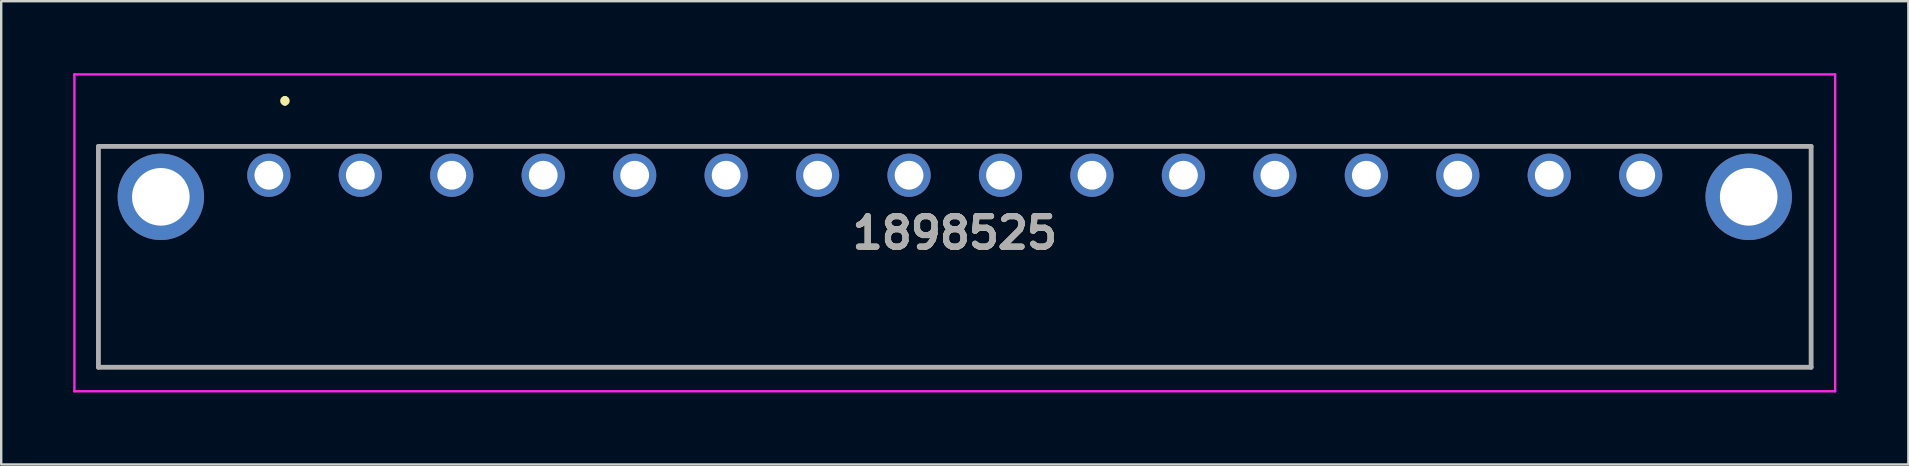
<source format=kicad_pcb>
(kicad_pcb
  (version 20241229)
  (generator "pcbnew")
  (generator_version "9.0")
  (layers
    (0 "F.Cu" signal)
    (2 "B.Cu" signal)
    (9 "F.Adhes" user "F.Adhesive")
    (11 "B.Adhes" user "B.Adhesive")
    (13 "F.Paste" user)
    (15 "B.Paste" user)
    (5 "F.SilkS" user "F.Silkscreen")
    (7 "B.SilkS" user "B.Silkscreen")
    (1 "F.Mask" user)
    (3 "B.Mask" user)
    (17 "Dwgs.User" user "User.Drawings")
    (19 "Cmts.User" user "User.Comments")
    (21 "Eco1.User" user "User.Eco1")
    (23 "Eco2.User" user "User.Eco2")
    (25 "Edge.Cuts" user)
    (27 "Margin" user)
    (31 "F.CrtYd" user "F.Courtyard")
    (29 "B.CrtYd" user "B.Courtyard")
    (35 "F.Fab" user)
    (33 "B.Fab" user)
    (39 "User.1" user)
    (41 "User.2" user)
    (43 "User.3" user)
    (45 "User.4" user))
  (footprint "1898525"
    (layer "F.Cu")
    (at 8.15 4.25)
    (property "Reference" "1898525" (at 28.575 2.4 0) (layer "F.SilkS") (effects (font (size 1.27 1.27) (thickness 0.254))))
    (attr through_hole)
    (fp_line (start -7.1 -1.2) (end -7.1 8) (stroke (width 0.1) (type solid)) (layer "F.SilkS"))
    (fp_line (start -7.1 8) (end 64.25 8) (stroke (width 0.1) (type solid)) (layer "F.SilkS"))
    (fp_line (start 0.67 -3.2) (end 0.67 -3.2) (stroke (width 0.2) (type solid)) (layer "F.SilkS"))
    (fp_line (start 0.67 -3) (end 0.67 -3) (stroke (width 0.2) (type solid)) (layer "F.SilkS"))
    (fp_line (start 64.25 8) (end 64.25 -0.9) (stroke (width 0.1) (type solid)) (layer "F.SilkS"))
    (fp_arc (start 0.67 -3.2) (mid 0.77 -3.1) (end 0.67 -3) (stroke (width 0.2) (type solid)) (layer "F.SilkS"))
    (fp_arc (start 0.67 -3) (mid 0.57 -3.1) (end 0.67 -3.2) (stroke (width 0.2) (type solid)) (layer "F.SilkS"))
    (fp_line (start -8.1 -4.2) (end 65.25 -4.2) (stroke (width 0.1) (type solid)) (layer "F.CrtYd"))
    (fp_line (start -8.1 9) (end -8.1 -4.2) (stroke (width 0.1) (type solid)) (layer "F.CrtYd"))
    (fp_line (start 65.25 -4.2) (end 65.25 9) (stroke (width 0.1) (type solid)) (layer "F.CrtYd"))
    (fp_line (start 65.25 9) (end -8.1 9) (stroke (width 0.1) (type solid)) (layer "F.CrtYd"))
    (fp_line (start -7.1 -1.2) (end 64.25 -1.2) (stroke (width 0.2) (type solid)) (layer "F.Fab"))
    (fp_line (start -7.1 8) (end -7.1 -1.2) (stroke (width 0.2) (type solid)) (layer "F.Fab"))
    (fp_line (start 64.25 -1.2) (end 64.25 8) (stroke (width 0.2) (type solid)) (layer "F.Fab"))
    (fp_line (start 64.25 8) (end -7.1 8) (stroke (width 0.2) (type solid)) (layer "F.Fab"))
    (fp_text user "${REFERENCE}" (at 28.575 2.4 0) (layer "F.Fab") (effects (font (size 1.27 1.27) (thickness 0.254))))
    (pad "1" thru_hole circle (at 0 0) (size 1.8 1.8) (drill 1.2) (layers "*.Cu" "*.Mask"))
    (pad "2" thru_hole circle (at 3.81 0) (size 1.8 1.8) (drill 1.2) (layers "*.Cu" "*.Mask"))
    (pad "3" thru_hole circle (at 7.62 0) (size 1.8 1.8) (drill 1.2) (layers "*.Cu" "*.Mask"))
    (pad "4" thru_hole circle (at 11.43 0) (size 1.8 1.8) (drill 1.2) (layers "*.Cu" "*.Mask"))
    (pad "5" thru_hole circle (at 15.24 0) (size 1.8 1.8) (drill 1.2) (layers "*.Cu" "*.Mask"))
    (pad "6" thru_hole circle (at 19.05 0) (size 1.8 1.8) (drill 1.2) (layers "*.Cu" "*.Mask"))
    (pad "7" thru_hole circle (at 22.86 0) (size 1.8 1.8) (drill 1.2) (layers "*.Cu" "*.Mask"))
    (pad "8" thru_hole circle (at 26.67 0) (size 1.8 1.8) (drill 1.2) (layers "*.Cu" "*.Mask"))
    (pad "9" thru_hole circle (at 30.48 0) (size 1.8 1.8) (drill 1.2) (layers "*.Cu" "*.Mask"))
    (pad "10" thru_hole circle (at 34.29 0) (size 1.8 1.8) (drill 1.2) (layers "*.Cu" "*.Mask"))
    (pad "11" thru_hole circle (at 38.1 0) (size 1.8 1.8) (drill 1.2) (layers "*.Cu" "*.Mask"))
    (pad "12" thru_hole circle (at 41.91 0) (size 1.8 1.8) (drill 1.2) (layers "*.Cu" "*.Mask"))
    (pad "13" thru_hole circle (at 45.72 0) (size 1.8 1.8) (drill 1.2) (layers "*.Cu" "*.Mask"))
    (pad "14" thru_hole circle (at 49.53 0) (size 1.8 1.8) (drill 1.2) (layers "*.Cu" "*.Mask"))
    (pad "15" thru_hole circle (at 53.34 0) (size 1.8 1.8) (drill 1.2) (layers "*.Cu" "*.Mask"))
    (pad "16" thru_hole circle (at 57.15 0) (size 1.8 1.8) (drill 1.2) (layers "*.Cu" "*.Mask"))
    (pad "MH1" thru_hole circle (at -4.5 0.9) (size 3.6 3.6) (drill 2.4) (layers "*.Cu" "*.Mask"))
    (pad "MH2" thru_hole circle (at 61.65 0.9) (size 3.6 3.6) (drill 2.4) (layers "*.Cu" "*.Mask")))
  (gr_rect
    (start -3 -3)
    (end 76.45 16.3)
    (stroke (width 0.1) (type default))
    (fill no)
    (layer "Edge.Cuts")))
</source>
